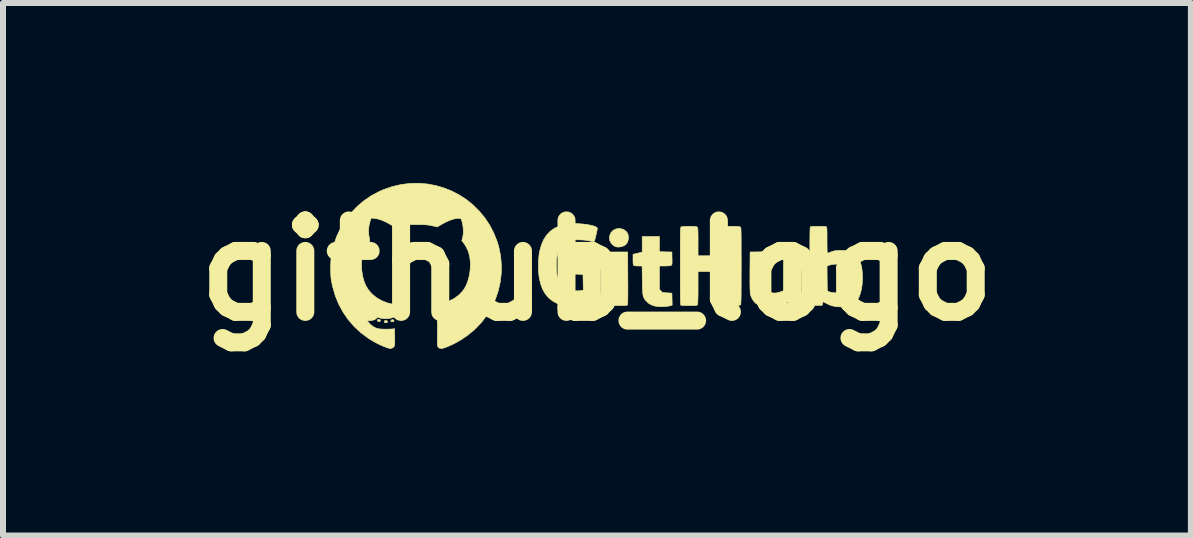
<source format=kicad_pcb>
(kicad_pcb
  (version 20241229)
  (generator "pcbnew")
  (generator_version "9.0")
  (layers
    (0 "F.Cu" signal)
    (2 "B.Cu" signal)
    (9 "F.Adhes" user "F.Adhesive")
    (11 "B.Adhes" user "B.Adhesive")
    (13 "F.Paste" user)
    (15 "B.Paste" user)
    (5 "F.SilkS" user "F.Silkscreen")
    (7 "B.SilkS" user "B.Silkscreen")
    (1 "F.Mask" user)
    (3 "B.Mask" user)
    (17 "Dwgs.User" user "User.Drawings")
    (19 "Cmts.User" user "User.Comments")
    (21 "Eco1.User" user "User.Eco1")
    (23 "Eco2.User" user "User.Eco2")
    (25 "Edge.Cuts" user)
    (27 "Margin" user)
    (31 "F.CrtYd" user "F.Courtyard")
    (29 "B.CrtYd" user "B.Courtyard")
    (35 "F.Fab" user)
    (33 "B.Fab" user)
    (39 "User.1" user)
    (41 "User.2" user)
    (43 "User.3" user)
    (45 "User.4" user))
  (footprint "github_logo"
    (layer "F.Cu")
    (at 6.902 1.46)
    (property "Reference" "github_logo" (at 0 0 0) (layer "F.SilkS") (effects (font (size 1.524 1.524) (thickness 0.3))))
    (attr through_hole)
    (fp_poly (pts (xy -3.909 0.559) (xy -3.906 0.569) (xy -3.914 0.575) (xy -3.919 0.576) (xy -3.934 0.57) (xy -3.937 0.562) (xy -3.931 0.552) (xy -3.923 0.552) (xy -3.909 0.559)) (stroke (width 0.01) (type solid)) (fill yes) (layer "F.SilkS"))
    (fp_poly (pts (xy -3.849 0.611) (xy -3.847 0.614) (xy -3.846 0.63) (xy -3.854 0.638) (xy -3.867 0.634) (xy -3.868 0.633) (xy -3.877 0.618) (xy -3.878 0.612) (xy -3.872 0.603) (xy -3.86 0.602) (xy -3.849 0.611)) (stroke (width 0.01) (type solid)) (fill yes) (layer "F.SilkS"))
    (fp_poly (pts (xy -3.792 0.684) (xy -3.785 0.701) (xy -3.785 0.704) (xy -3.79 0.717) (xy -3.803 0.718) (xy -3.817 0.71) (xy -3.826 0.692) (xy -3.823 0.677) (xy -3.818 0.673) (xy -3.805 0.673) (xy -3.792 0.684)) (stroke (width 0.01) (type solid)) (fill yes) (layer "F.SilkS"))
    (fp_poly (pts (xy -3.724 0.76) (xy -3.711 0.775) (xy -3.708 0.784) (xy -3.715 0.796) (xy -3.731 0.799) (xy -3.745 0.795) (xy -3.757 0.782) (xy -3.759 0.767) (xy -3.752 0.756) (xy -3.744 0.754) (xy -3.724 0.76)) (stroke (width 0.01) (type solid)) (fill yes) (layer "F.SilkS"))
    (fp_poly (pts (xy -3.628 0.816) (xy -3.611 0.825) (xy -3.608 0.836) (xy -3.618 0.849) (xy -3.635 0.853) (xy -3.653 0.847) (xy -3.658 0.842) (xy -3.664 0.827) (xy -3.656 0.817) (xy -3.637 0.815) (xy -3.628 0.816)) (stroke (width 0.01) (type solid)) (fill yes) (layer "F.SilkS"))
    (fp_poly (pts (xy -3.5 0.839) (xy -3.496 0.843) (xy -3.49 0.855) (xy -3.496 0.864) (xy -3.497 0.864) (xy -3.519 0.872) (xy -3.537 0.868) (xy -3.545 0.859) (xy -3.544 0.843) (xy -3.533 0.833) (xy -3.516 0.832) (xy -3.5 0.839)) (stroke (width 0.01) (type solid)) (fill yes) (layer "F.SilkS"))
    (fp_poly (pts (xy -3.39 0.824) (xy -3.383 0.836) (xy -3.384 0.843) (xy -3.394 0.852) (xy -3.411 0.855) (xy -3.428 0.853) (xy -3.437 0.845) (xy -3.437 0.843) (xy -3.431 0.829) (xy -3.423 0.822) (xy -3.405 0.819) (xy -3.39 0.824)) (stroke (width 0.01) (type solid)) (fill yes) (layer "F.SilkS"))
    (fp_poly (pts (xy 0.394 -0.699) (xy 0.439 -0.686) (xy 0.478 -0.661) (xy 0.507 -0.626) (xy 0.516 -0.607) (xy 0.525 -0.562) (xy 0.522 -0.515) (xy 0.508 -0.472) (xy 0.488 -0.441) (xy 0.454 -0.415) (xy 0.411 -0.398) (xy 0.364 -0.391) (xy 0.32 -0.395) (xy 0.303 -0.401) (xy 0.261 -0.428) (xy 0.231 -0.463) (xy 0.213 -0.504) (xy 0.208 -0.548) (xy 0.215 -0.591) (xy 0.234 -0.632) (xy 0.266 -0.666) (xy 0.3 -0.687) (xy 0.347 -0.7) (xy 0.394 -0.699)) (stroke (width 0.01) (type solid)) (fill yes) (layer "F.SilkS"))
    (fp_poly (pts (xy 0.514 0.131) (xy 0.515 0.232) (xy 0.515 0.319) (xy 0.515 0.39) (xy 0.514 0.448) (xy 0.514 0.493) (xy 0.513 0.528) (xy 0.511 0.552) (xy 0.509 0.568) (xy 0.507 0.576) (xy 0.506 0.577) (xy 0.494 0.58) (xy 0.469 0.582) (xy 0.433 0.583) (xy 0.39 0.584) (xy 0.373 0.584) (xy 0.328 0.583) (xy 0.289 0.582) (xy 0.259 0.58) (xy 0.242 0.578) (xy 0.239 0.577) (xy 0.237 0.572) (xy 0.235 0.56) (xy 0.233 0.54) (xy 0.232 0.51) (xy 0.231 0.469) (xy 0.23 0.417) (xy 0.23 0.351) (xy 0.23 0.272) (xy 0.23 0.177) (xy 0.231 0.131) (xy 0.233 -0.309) (xy 0.512 -0.309) (xy 0.514 0.131)) (stroke (width 0.01) (type solid)) (fill yes) (layer "F.SilkS"))
    (fp_poly (pts (xy 1.041 -0.314) (xy 1.145 -0.311) (xy 1.249 -0.309) (xy 1.251 -0.203) (xy 1.252 -0.158) (xy 1.252 -0.127) (xy 1.25 -0.107) (xy 1.246 -0.095) (xy 1.241 -0.088) (xy 1.239 -0.087) (xy 1.221 -0.081) (xy 1.187 -0.078) (xy 1.138 -0.076) (xy 1.133 -0.076) (xy 1.041 -0.076) (xy 1.041 0.313) (xy 1.066 0.34) (xy 1.078 0.353) (xy 1.09 0.362) (xy 1.106 0.367) (xy 1.13 0.37) (xy 1.167 0.372) (xy 1.17 0.372) (xy 1.249 0.377) (xy 1.251 0.476) (xy 1.254 0.576) (xy 1.231 0.584) (xy 1.202 0.592) (xy 1.162 0.598) (xy 1.115 0.601) (xy 1.068 0.602) (xy 1.029 0.601) (xy 0.964 0.592) (xy 0.911 0.575) (xy 0.866 0.55) (xy 0.834 0.521) (xy 0.814 0.501) (xy 0.798 0.481) (xy 0.785 0.461) (xy 0.775 0.438) (xy 0.768 0.41) (xy 0.763 0.375) (xy 0.76 0.33) (xy 0.758 0.274) (xy 0.756 0.204) (xy 0.756 0.159) (xy 0.752 -0.076) (xy 0.696 -0.076) (xy 0.656 -0.077) (xy 0.629 -0.079) (xy 0.613 -0.086) (xy 0.605 -0.101) (xy 0.602 -0.127) (xy 0.601 -0.166) (xy 0.601 -0.178) (xy 0.601 -0.27) (xy 0.633 -0.278) (xy 0.661 -0.285) (xy 0.694 -0.293) (xy 0.709 -0.296) (xy 0.754 -0.306) (xy 0.754 -0.567) (xy 1.041 -0.567) (xy 1.041 -0.314)) (stroke (width 0.01) (type solid)) (fill yes) (layer "F.SilkS"))
    (fp_poly (pts (xy 3.335 -0.312) (xy 3.361 -0.311) (xy 3.377 -0.309) (xy 3.387 -0.305) (xy 3.393 -0.299) (xy 3.393 -0.299) (xy 3.396 -0.287) (xy 3.398 -0.26) (xy 3.4 -0.221) (xy 3.401 -0.17) (xy 3.403 -0.11) (xy 3.404 -0.044) (xy 3.404 0.027) (xy 3.405 0.102) (xy 3.405 0.177) (xy 3.404 0.251) (xy 3.403 0.322) (xy 3.402 0.388) (xy 3.401 0.447) (xy 3.4 0.496) (xy 3.398 0.535) (xy 3.395 0.56) (xy 3.393 0.57) (xy 3.386 0.577) (xy 3.374 0.581) (xy 3.354 0.583) (xy 3.323 0.583) (xy 3.294 0.582) (xy 3.206 0.58) (xy 3.198 0.555) (xy 3.191 0.536) (xy 3.187 0.527) (xy 3.187 0.526) (xy 3.179 0.528) (xy 3.161 0.536) (xy 3.144 0.545) (xy 3.061 0.578) (xy 2.97 0.599) (xy 2.908 0.605) (xy 2.872 0.606) (xy 2.839 0.606) (xy 2.816 0.605) (xy 2.811 0.605) (xy 2.756 0.592) (xy 2.706 0.577) (xy 2.667 0.559) (xy 2.654 0.552) (xy 2.622 0.522) (xy 2.593 0.481) (xy 2.57 0.435) (xy 2.557 0.395) (xy 2.555 0.373) (xy 2.553 0.336) (xy 2.551 0.284) (xy 2.55 0.217) (xy 2.55 0.138) (xy 2.55 0.046) (xy 2.55 0.021) (xy 2.553 -0.309) (xy 2.692 -0.311) (xy 2.747 -0.312) (xy 2.787 -0.312) (xy 2.814 -0.31) (xy 2.831 -0.307) (xy 2.838 -0.303) (xy 2.839 -0.292) (xy 2.841 -0.267) (xy 2.842 -0.228) (xy 2.843 -0.178) (xy 2.844 -0.12) (xy 2.844 -0.054) (xy 2.845 0.014) (xy 2.845 0.094) (xy 2.845 0.159) (xy 2.845 0.211) (xy 2.846 0.25) (xy 2.847 0.28) (xy 2.848 0.302) (xy 2.851 0.317) (xy 2.854 0.327) (xy 2.857 0.334) (xy 2.862 0.34) (xy 2.864 0.343) (xy 2.893 0.364) (xy 2.933 0.375) (xy 2.982 0.375) (xy 3.036 0.363) (xy 3.072 0.351) (xy 3.107 0.337) (xy 3.109 0.014) (xy 3.111 -0.309) (xy 3.247 -0.311) (xy 3.298 -0.312) (xy 3.335 -0.312)) (stroke (width 0.01) (type solid)) (fill yes) (layer "F.SilkS"))
    (fp_poly (pts (xy -0.278 -0.779) (xy -0.215 -0.773) (xy -0.156 -0.765) (xy -0.102 -0.755) (xy -0.057 -0.743) (xy -0.022 -0.73) (xy -0.000282 -0.716) (xy 0.005 -0.708) (xy 0.005 -0.695) (xy 0.001 -0.671) (xy -0.006 -0.638) (xy -0.014 -0.6) (xy -0.023 -0.562) (xy -0.032 -0.528) (xy -0.04 -0.5) (xy -0.046 -0.485) (xy -0.048 -0.483) (xy -0.059 -0.481) (xy -0.082 -0.484) (xy -0.112 -0.491) (xy -0.119 -0.493) (xy -0.164 -0.502) (xy -0.22 -0.508) (xy -0.28 -0.512) (xy -0.341 -0.512) (xy -0.397 -0.509) (xy -0.444 -0.503) (xy -0.467 -0.497) (xy -0.527 -0.47) (xy -0.577 -0.429) (xy -0.619 -0.376) (xy -0.65 -0.311) (xy -0.665 -0.256) (xy -0.671 -0.213) (xy -0.675 -0.159) (xy -0.677 -0.098) (xy -0.676 -0.036) (xy -0.673 0.022) (xy -0.668 0.071) (xy -0.665 0.089) (xy -0.643 0.16) (xy -0.612 0.221) (xy -0.572 0.271) (xy -0.525 0.307) (xy -0.482 0.325) (xy -0.45 0.332) (xy -0.407 0.336) (xy -0.358 0.339) (xy -0.311 0.338) (xy -0.271 0.336) (xy -0.255 0.333) (xy -0.228 0.328) (xy -0.233 0.064) (xy -0.318 0.061) (xy -0.355 0.06) (xy -0.386 0.058) (xy -0.407 0.056) (xy -0.413 0.055) (xy -0.417 0.049) (xy -0.42 0.034) (xy -0.422 0.007) (xy -0.422 -0.033) (xy -0.421 -0.065) (xy -0.419 -0.182) (xy 0.064 -0.182) (xy 0.064 0.504) (xy 0 0.535) (xy -0.091 0.572) (xy -0.191 0.596) (xy -0.299 0.607) (xy -0.412 0.606) (xy -0.469 0.6) (xy -0.572 0.58) (xy -0.662 0.55) (xy -0.741 0.507) (xy -0.808 0.453) (xy -0.863 0.387) (xy -0.908 0.308) (xy -0.941 0.216) (xy -0.964 0.112) (xy -0.973 0.028) (xy -0.976 -0.026) (xy -0.976 -0.089) (xy -0.974 -0.155) (xy -0.97 -0.219) (xy -0.964 -0.276) (xy -0.956 -0.321) (xy -0.927 -0.424) (xy -0.889 -0.514) (xy -0.84 -0.59) (xy -0.781 -0.653) (xy -0.711 -0.703) (xy -0.629 -0.741) (xy -0.536 -0.767) (xy -0.46 -0.778) (xy -0.403 -0.782) (xy -0.341 -0.782) (xy -0.278 -0.779)) (stroke (width 0.01) (type solid)) (fill yes) (layer "F.SilkS"))
    (fp_poly (pts (xy 3.752 -0.736) (xy 3.786 -0.735) (xy 3.811 -0.733) (xy 3.822 -0.731) (xy 3.826 -0.728) (xy 3.829 -0.721) (xy 3.832 -0.707) (xy 3.833 -0.685) (xy 3.834 -0.653) (xy 3.835 -0.609) (xy 3.835 -0.552) (xy 3.835 -0.506) (xy 3.835 -0.439) (xy 3.836 -0.388) (xy 3.836 -0.349) (xy 3.837 -0.322) (xy 3.839 -0.305) (xy 3.842 -0.295) (xy 3.845 -0.291) (xy 3.849 -0.29) (xy 3.85 -0.291) (xy 3.866 -0.296) (xy 3.891 -0.306) (xy 3.916 -0.315) (xy 3.94 -0.323) (xy 3.964 -0.329) (xy 3.992 -0.332) (xy 4.028 -0.334) (xy 4.076 -0.334) (xy 4.077 -0.334) (xy 4.123 -0.334) (xy 4.156 -0.333) (xy 4.18 -0.331) (xy 4.199 -0.326) (xy 4.218 -0.319) (xy 4.237 -0.31) (xy 4.296 -0.272) (xy 4.343 -0.222) (xy 4.376 -0.166) (xy 4.395 -0.121) (xy 4.409 -0.073) (xy 4.418 -0.02) (xy 4.424 0.045) (xy 4.425 0.064) (xy 4.426 0.15) (xy 4.42 0.235) (xy 4.408 0.315) (xy 4.389 0.388) (xy 4.365 0.45) (xy 4.343 0.488) (xy 4.304 0.531) (xy 4.253 0.567) (xy 4.206 0.587) (xy 4.165 0.597) (xy 4.114 0.603) (xy 4.059 0.606) (xy 4.006 0.603) (xy 3.984 0.601) (xy 3.934 0.591) (xy 3.892 0.579) (xy 3.849 0.56) (xy 3.821 0.546) (xy 3.769 0.518) (xy 3.762 0.549) (xy 3.754 0.58) (xy 3.552 0.58) (xy 3.55 -0.071) (xy 3.55 -0.074) (xy 3.835 -0.074) (xy 3.837 0.134) (xy 3.84 0.342) (xy 3.878 0.357) (xy 3.917 0.367) (xy 3.968 0.372) (xy 3.985 0.372) (xy 4.02 0.372) (xy 4.044 0.37) (xy 4.06 0.365) (xy 4.074 0.355) (xy 4.083 0.348) (xy 4.103 0.327) (xy 4.117 0.3) (xy 4.127 0.266) (xy 4.133 0.221) (xy 4.137 0.171) (xy 4.138 0.092) (xy 4.13 0.025) (xy 4.113 -0.03) (xy 4.088 -0.071) (xy 4.069 -0.088) (xy 4.044 -0.1) (xy 4.007 -0.106) (xy 3.964 -0.106) (xy 3.921 -0.102) (xy 3.882 -0.092) (xy 3.875 -0.09) (xy 3.835 -0.074) (xy 3.55 -0.074) (xy 3.549 -0.197) (xy 3.549 -0.306) (xy 3.549 -0.4) (xy 3.549 -0.48) (xy 3.55 -0.548) (xy 3.55 -0.602) (xy 3.551 -0.646) (xy 3.552 -0.68) (xy 3.553 -0.704) (xy 3.555 -0.719) (xy 3.557 -0.728) (xy 3.558 -0.73) (xy 3.57 -0.732) (xy 3.595 -0.734) (xy 3.63 -0.735) (xy 3.67 -0.736) (xy 3.712 -0.736) (xy 3.752 -0.736)) (stroke (width 0.01) (type solid)) (fill yes) (layer "F.SilkS"))
    (fp_poly (pts (xy 2.3 -0.736) (xy 2.339 -0.734) (xy 2.369 -0.732) (xy 2.386 -0.729) (xy 2.388 -0.728) (xy 2.391 -0.726) (xy 2.394 -0.722) (xy 2.396 -0.717) (xy 2.398 -0.707) (xy 2.4 -0.693) (xy 2.401 -0.673) (xy 2.402 -0.645) (xy 2.403 -0.61) (xy 2.403 -0.565) (xy 2.404 -0.51) (xy 2.404 -0.443) (xy 2.404 -0.364) (xy 2.404 -0.271) (xy 2.405 -0.162) (xy 2.405 -0.078) (xy 2.404 0.049) (xy 2.404 0.16) (xy 2.404 0.255) (xy 2.403 0.336) (xy 2.403 0.404) (xy 2.402 0.459) (xy 2.401 0.502) (xy 2.399 0.534) (xy 2.398 0.556) (xy 2.396 0.57) (xy 2.394 0.574) (xy 2.383 0.577) (xy 2.358 0.58) (xy 2.324 0.582) (xy 2.284 0.584) (xy 2.241 0.585) (xy 2.2 0.585) (xy 2.164 0.584) (xy 2.136 0.582) (xy 2.122 0.579) (xy 2.118 0.576) (xy 2.115 0.569) (xy 2.113 0.557) (xy 2.111 0.537) (xy 2.11 0.508) (xy 2.109 0.468) (xy 2.108 0.416) (xy 2.108 0.35) (xy 2.108 0.295) (xy 2.108 0.017) (xy 1.685 0.017) (xy 1.685 0.284) (xy 1.685 0.365) (xy 1.684 0.434) (xy 1.682 0.49) (xy 1.681 0.532) (xy 1.678 0.558) (xy 1.676 0.568) (xy 1.672 0.574) (xy 1.664 0.579) (xy 1.651 0.581) (xy 1.629 0.583) (xy 1.596 0.584) (xy 1.55 0.584) (xy 1.539 0.584) (xy 1.493 0.583) (xy 1.453 0.582) (xy 1.422 0.581) (xy 1.403 0.579) (xy 1.399 0.579) (xy 1.397 0.574) (xy 1.395 0.563) (xy 1.394 0.544) (xy 1.392 0.516) (xy 1.391 0.478) (xy 1.39 0.429) (xy 1.39 0.368) (xy 1.389 0.295) (xy 1.389 0.207) (xy 1.389 0.106) (xy 1.389 -0.012) (xy 1.389 -0.072) (xy 1.389 -0.192) (xy 1.389 -0.296) (xy 1.389 -0.386) (xy 1.389 -0.462) (xy 1.389 -0.525) (xy 1.39 -0.578) (xy 1.39 -0.62) (xy 1.391 -0.653) (xy 1.392 -0.678) (xy 1.394 -0.697) (xy 1.395 -0.71) (xy 1.397 -0.718) (xy 1.4 -0.723) (xy 1.403 -0.726) (xy 1.405 -0.728) (xy 1.419 -0.731) (xy 1.447 -0.734) (xy 1.484 -0.736) (xy 1.528 -0.737) (xy 1.54 -0.737) (xy 1.589 -0.736) (xy 1.624 -0.735) (xy 1.648 -0.733) (xy 1.663 -0.729) (xy 1.671 -0.724) (xy 1.672 -0.723) (xy 1.676 -0.717) (xy 1.679 -0.707) (xy 1.681 -0.691) (xy 1.683 -0.666) (xy 1.684 -0.632) (xy 1.685 -0.586) (xy 1.685 -0.526) (xy 1.685 -0.478) (xy 1.685 -0.246) (xy 2.108 -0.246) (xy 2.108 -0.482) (xy 2.108 -0.552) (xy 2.108 -0.606) (xy 2.109 -0.648) (xy 2.11 -0.678) (xy 2.112 -0.699) (xy 2.114 -0.713) (xy 2.117 -0.721) (xy 2.121 -0.726) (xy 2.125 -0.728) (xy 2.139 -0.731) (xy 2.166 -0.734) (xy 2.203 -0.736) (xy 2.246 -0.737) (xy 2.256 -0.737) (xy 2.3 -0.736)) (stroke (width 0.01) (type solid)) (fill yes) (layer "F.SilkS"))
    (fp_poly (pts (xy -2.829 -1.443) (xy -2.688 -1.417) (xy -2.551 -1.377) (xy -2.419 -1.324) (xy -2.293 -1.258) (xy -2.174 -1.181) (xy -2.064 -1.091) (xy -1.962 -0.99) (xy -1.87 -0.879) (xy -1.789 -0.758) (xy -1.721 -0.626) (xy -1.665 -0.486) (xy -1.638 -0.398) (xy -1.608 -0.251) (xy -1.594 -0.103) (xy -1.595 0.045) (xy -1.613 0.192) (xy -1.645 0.336) (xy -1.692 0.475) (xy -1.754 0.609) (xy -1.83 0.737) (xy -1.919 0.856) (xy -2.022 0.966) (xy -2.039 0.982) (xy -2.145 1.071) (xy -2.26 1.151) (xy -2.38 1.219) (xy -2.501 1.273) (xy -2.514 1.278) (xy -2.559 1.293) (xy -2.593 1.299) (xy -2.618 1.297) (xy -2.638 1.285) (xy -2.647 1.277) (xy -2.652 1.271) (xy -2.656 1.262) (xy -2.658 1.249) (xy -2.66 1.23) (xy -2.661 1.202) (xy -2.661 1.163) (xy -2.661 1.111) (xy -2.66 1.051) (xy -2.66 0.983) (xy -2.66 0.92) (xy -2.661 0.864) (xy -2.663 0.818) (xy -2.666 0.786) (xy -2.667 0.78) (xy -2.676 0.735) (xy -2.69 0.69) (xy -2.707 0.649) (xy -2.724 0.618) (xy -2.736 0.605) (xy -2.748 0.592) (xy -2.752 0.585) (xy -2.744 0.581) (xy -2.723 0.576) (xy -2.693 0.571) (xy -2.679 0.569) (xy -2.57 0.546) (xy -2.471 0.512) (xy -2.382 0.467) (xy -2.305 0.411) (xy -2.241 0.345) (xy -2.213 0.306) (xy -2.177 0.241) (xy -2.149 0.164) (xy -2.127 0.078) (xy -2.114 -0.013) (xy -2.11 -0.105) (xy -2.111 -0.148) (xy -2.124 -0.246) (xy -2.152 -0.337) (xy -2.195 -0.42) (xy -2.228 -0.466) (xy -2.253 -0.497) (xy -2.239 -0.551) (xy -2.23 -0.601) (xy -2.228 -0.661) (xy -2.232 -0.724) (xy -2.241 -0.783) (xy -2.25 -0.817) (xy -2.259 -0.845) (xy -2.267 -0.86) (xy -2.277 -0.868) (xy -2.293 -0.871) (xy -2.295 -0.871) (xy -2.339 -0.869) (xy -2.394 -0.857) (xy -2.456 -0.836) (xy -2.523 -0.806) (xy -2.592 -0.769) (xy -2.594 -0.767) (xy -2.661 -0.728) (xy -2.751 -0.747) (xy -2.785 -0.754) (xy -2.817 -0.759) (xy -2.85 -0.762) (xy -2.888 -0.764) (xy -2.934 -0.766) (xy -2.993 -0.766) (xy -3.018 -0.766) (xy -3.082 -0.766) (xy -3.131 -0.765) (xy -3.171 -0.763) (xy -3.205 -0.761) (xy -3.235 -0.756) (xy -3.266 -0.75) (xy -3.285 -0.746) (xy -3.374 -0.727) (xy -3.44 -0.766) (xy -3.511 -0.805) (xy -3.581 -0.836) (xy -3.646 -0.858) (xy -3.704 -0.869) (xy -3.708 -0.87) (xy -3.766 -0.874) (xy -3.784 -0.816) (xy -3.801 -0.746) (xy -3.808 -0.672) (xy -3.805 -0.6) (xy -3.798 -0.555) (xy -3.791 -0.524) (xy -3.788 -0.505) (xy -3.79 -0.492) (xy -3.796 -0.481) (xy -3.801 -0.474) (xy -3.855 -0.393) (xy -3.894 -0.305) (xy -3.918 -0.209) (xy -3.926 -0.106) (xy -3.921 -0.002) (xy -3.906 0.094) (xy -3.884 0.177) (xy -3.854 0.25) (xy -3.815 0.315) (xy -3.765 0.375) (xy -3.751 0.39) (xy -3.678 0.451) (xy -3.592 0.501) (xy -3.496 0.539) (xy -3.388 0.565) (xy -3.367 0.568) (xy -3.329 0.574) (xy -3.304 0.579) (xy -3.292 0.584) (xy -3.291 0.59) (xy -3.296 0.599) (xy -3.303 0.608) (xy -3.328 0.646) (xy -3.351 0.7) (xy -3.363 0.736) (xy -3.37 0.757) (xy -3.379 0.77) (xy -3.394 0.779) (xy -3.42 0.788) (xy -3.425 0.79) (xy -3.471 0.8) (xy -3.522 0.803) (xy -3.543 0.803) (xy -3.601 0.796) (xy -3.651 0.78) (xy -3.695 0.754) (xy -3.737 0.714) (xy -3.779 0.66) (xy -3.785 0.651) (xy -3.829 0.596) (xy -3.878 0.554) (xy -3.93 0.525) (xy -3.983 0.51) (xy -4.034 0.512) (xy -4.034 0.512) (xy -4.057 0.52) (xy -4.063 0.534) (xy -4.054 0.553) (xy -4.029 0.577) (xy -4.028 0.577) (xy -3.966 0.631) (xy -3.917 0.688) (xy -3.877 0.751) (xy -3.865 0.775) (xy -3.824 0.844) (xy -3.778 0.898) (xy -3.726 0.938) (xy -3.685 0.958) (xy -3.66 0.966) (xy -3.634 0.972) (xy -3.604 0.975) (xy -3.564 0.977) (xy -3.535 0.977) (xy -3.492 0.977) (xy -3.452 0.976) (xy -3.421 0.975) (xy -3.404 0.974) (xy -3.374 0.969) (xy -3.372 1.111) (xy -3.371 1.163) (xy -3.371 1.201) (xy -3.372 1.227) (xy -3.374 1.245) (xy -3.377 1.257) (xy -3.383 1.266) (xy -3.389 1.273) (xy -3.411 1.292) (xy -3.436 1.299) (xy -3.469 1.296) (xy -3.501 1.286) (xy -3.561 1.263) (xy -3.629 1.232) (xy -3.698 1.197) (xy -3.764 1.159) (xy -3.81 1.131) (xy -3.936 1.036) (xy -4.049 0.932) (xy -4.148 0.817) (xy -4.234 0.692) (xy -4.307 0.557) (xy -4.365 0.413) (xy -4.409 0.26) (xy -4.429 0.161) (xy -4.435 0.115) (xy -4.438 0.058) (xy -4.44 -0.008) (xy -4.439 -0.077) (xy -4.437 -0.145) (xy -4.433 -0.207) (xy -4.427 -0.259) (xy -4.425 -0.271) (xy -4.389 -0.423) (xy -4.339 -0.569) (xy -4.274 -0.707) (xy -4.196 -0.836) (xy -4.105 -0.955) (xy -4.002 -1.064) (xy -3.888 -1.161) (xy -3.763 -1.247) (xy -3.627 -1.319) (xy -3.556 -1.35) (xy -3.411 -1.4) (xy -3.264 -1.434) (xy -3.118 -1.452) (xy -2.972 -1.455) (xy -2.829 -1.443)) (stroke (width 0.01) (type solid)) (fill yes) (layer "F.SilkS")))
  (gr_rect
    (start -3 -3)
    (end 16.803 5.878)
    (stroke (width 0.1) (type default))
    (fill no)
    (layer "Edge.Cuts")))
</source>
